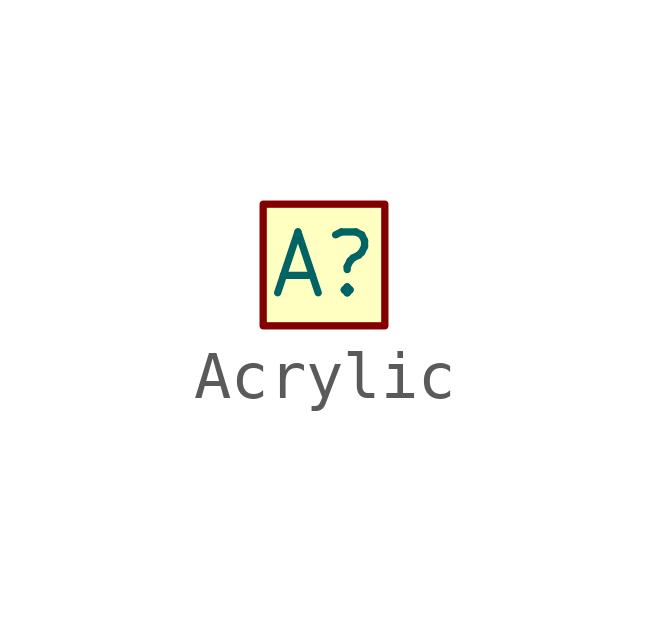
<source format=kicad_sym>
(kicad_symbol_lib
  (version 20220914)
  (generator kicad_symbol_editor)
  (symbol "Acrylic"
    (property "Reference" "A"
      (at 0 0 0)
      (effects (font (size 1.27 1.27))))
    (symbol "Acrylic_1_1"
      (rectangle (start -1.27 1.27) (end 1.27 -1.27) (stroke (width 0) (type default)) (fill (type background))))))
</source>
